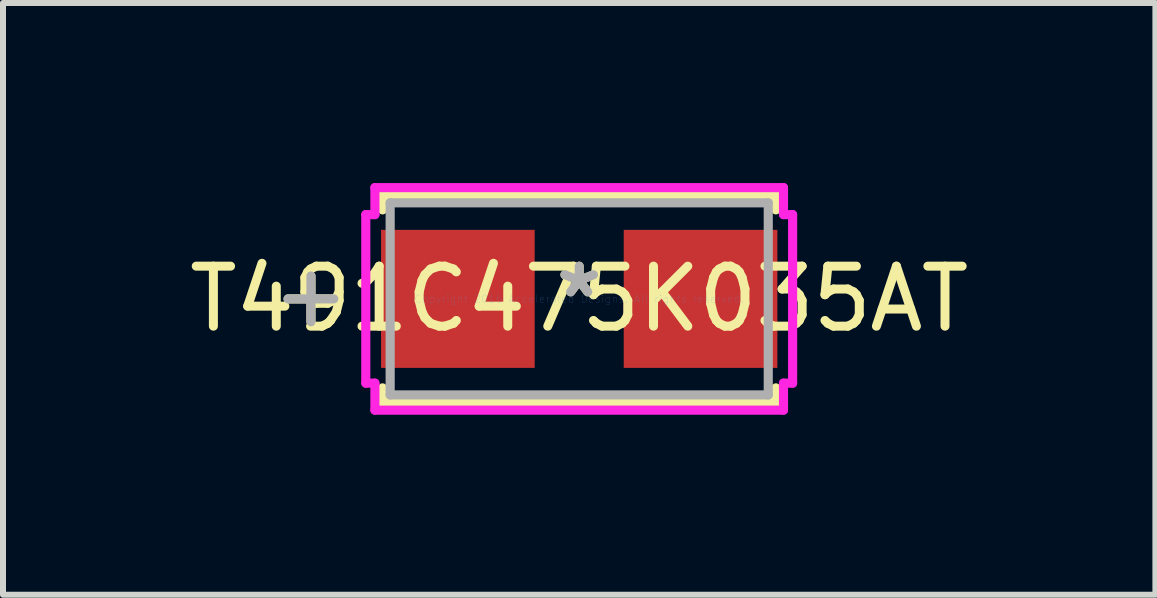
<source format=kicad_pcb>
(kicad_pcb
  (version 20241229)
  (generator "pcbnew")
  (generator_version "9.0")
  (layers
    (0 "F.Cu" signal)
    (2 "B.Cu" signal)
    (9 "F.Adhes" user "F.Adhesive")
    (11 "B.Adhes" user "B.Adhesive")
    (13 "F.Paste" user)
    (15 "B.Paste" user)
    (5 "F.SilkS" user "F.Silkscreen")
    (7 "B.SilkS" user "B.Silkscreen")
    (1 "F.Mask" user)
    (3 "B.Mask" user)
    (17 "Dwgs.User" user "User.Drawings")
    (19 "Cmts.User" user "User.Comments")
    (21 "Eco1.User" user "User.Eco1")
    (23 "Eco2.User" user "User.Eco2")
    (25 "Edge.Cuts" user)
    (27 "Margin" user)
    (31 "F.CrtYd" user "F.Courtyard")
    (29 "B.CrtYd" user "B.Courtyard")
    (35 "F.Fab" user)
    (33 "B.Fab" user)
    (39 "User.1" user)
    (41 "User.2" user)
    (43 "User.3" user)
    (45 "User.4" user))
  (footprint "T491C475K035AT"
    (layer "F.Cu")
    (at 6.601 1.93)
    (property "Reference" "T491C475K035AT" (at 0 0 0) (layer "F.SilkS") (effects (font (size 1 1) (thickness 0.15))))
    (attr through_hole)
    (fp_line (start -4.47 -0.381) (end -4.47 0.381) (stroke (width 0.152) (type solid)) (layer "F.SilkS"))
    (fp_line (start -4.089 0) (end -4.851 0) (stroke (width 0.152) (type solid)) (layer "F.SilkS"))
    (fp_line (start -3.277 -1.727) (end -3.277 -1.483) (stroke (width 0.152) (type solid)) (layer "F.SilkS"))
    (fp_line (start -3.277 1.483) (end -3.277 1.727) (stroke (width 0.152) (type solid)) (layer "F.SilkS"))
    (fp_line (start -3.277 1.727) (end 3.277 1.727) (stroke (width 0.152) (type solid)) (layer "F.SilkS"))
    (fp_line (start 3.277 -1.727) (end -3.277 -1.727) (stroke (width 0.152) (type solid)) (layer "F.SilkS"))
    (fp_line (start 3.277 -1.483) (end 3.277 -1.727) (stroke (width 0.152) (type solid)) (layer "F.SilkS"))
    (fp_line (start 3.277 1.727) (end 3.277 1.483) (stroke (width 0.152) (type solid)) (layer "F.SilkS"))
    (fp_line (start -3.556 -1.404) (end -3.404 -1.404) (stroke (width 0.152) (type solid)) (layer "F.CrtYd"))
    (fp_line (start -3.556 1.404) (end -3.556 -1.404) (stroke (width 0.152) (type solid)) (layer "F.CrtYd"))
    (fp_line (start -3.404 -1.854) (end 3.404 -1.854) (stroke (width 0.152) (type solid)) (layer "F.CrtYd"))
    (fp_line (start -3.404 -1.404) (end -3.404 -1.854) (stroke (width 0.152) (type solid)) (layer "F.CrtYd"))
    (fp_line (start -3.404 1.404) (end -3.556 1.404) (stroke (width 0.152) (type solid)) (layer "F.CrtYd"))
    (fp_line (start -3.404 1.854) (end -3.404 1.404) (stroke (width 0.152) (type solid)) (layer "F.CrtYd"))
    (fp_line (start 3.404 -1.854) (end 3.404 -1.404) (stroke (width 0.152) (type solid)) (layer "F.CrtYd"))
    (fp_line (start 3.404 -1.404) (end 3.556 -1.404) (stroke (width 0.152) (type solid)) (layer "F.CrtYd"))
    (fp_line (start 3.404 1.404) (end 3.404 1.854) (stroke (width 0.152) (type solid)) (layer "F.CrtYd"))
    (fp_line (start 3.404 1.854) (end -3.404 1.854) (stroke (width 0.152) (type solid)) (layer "F.CrtYd"))
    (fp_line (start 3.556 -1.404) (end 3.556 1.404) (stroke (width 0.152) (type solid)) (layer "F.CrtYd"))
    (fp_line (start 3.556 1.404) (end 3.404 1.404) (stroke (width 0.152) (type solid)) (layer "F.CrtYd"))
    (fp_line (start -4.47 -0.381) (end -4.47 0.381) (stroke (width 0.152) (type solid)) (layer "F.Fab"))
    (fp_line (start -4.089 0) (end -4.851 0) (stroke (width 0.152) (type solid)) (layer "F.Fab"))
    (fp_line (start -3.15 -1.6) (end -3.15 1.6) (stroke (width 0.152) (type solid)) (layer "F.Fab"))
    (fp_line (start -3.15 1.6) (end 3.15 1.6) (stroke (width 0.152) (type solid)) (layer "F.Fab"))
    (fp_line (start 3.15 -1.6) (end -3.15 -1.6) (stroke (width 0.152) (type solid)) (layer "F.Fab"))
    (fp_line (start 3.15 1.6) (end 3.15 -1.6) (stroke (width 0.152) (type solid)) (layer "F.Fab"))
    (fp_text user "*" (at 0 0 0) (layer "F.SilkS") (effects (font (size 1 1) (thickness 0.15))))
    (fp_text user "Copyright 2016 Accelerated Designs. All rights reserved." (at 0 0 0) (layer "Cmts.User") (effects (font (size 0.127 0.127) (thickness 0.002))))
    (fp_text user "*" (at 0 0 0) (layer "F.Fab") (effects (font (size 1 1) (thickness 0.15))))
    (pad "1" smd rect (at -2.022 0 90) (size 2.3 2.56) (layers "F.Cu" "F.Mask" "F.Paste"))
    (pad "2" smd rect (at 2.022 0 90) (size 2.3 2.56) (layers "F.Cu" "F.Mask" "F.Paste")))
  (gr_rect
    (start -3 -3)
    (end 16.202 6.86)
    (stroke (width 0.1) (type default))
    (fill no)
    (layer "Edge.Cuts")))
</source>
